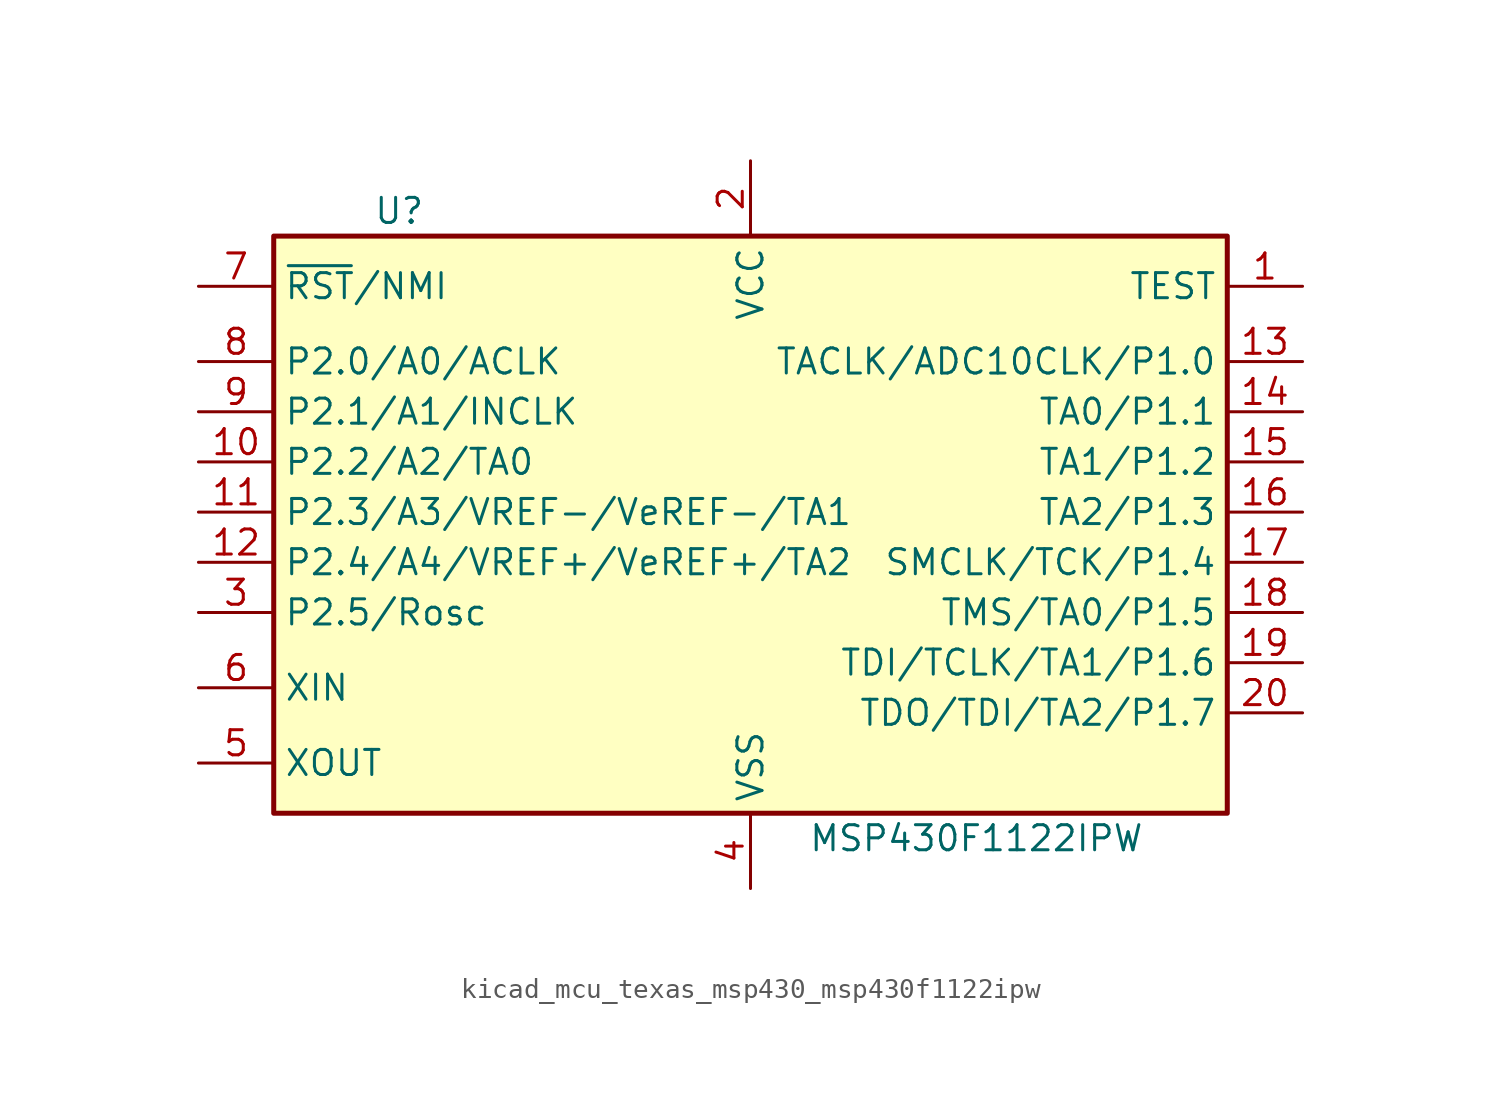
<source format=kicad_sym>
(kicad_symbol_lib
  (version 20220914)
  (generator kicad_symbol_editor)
  (symbol "kicad_mcu_texas_msp430_msp430f1122ipw"
    (property "Reference" "U"
      (at -17.78 15.24 0)
      (effects (font (size 1.27 1.27))))
    (property "Value" "MSP430F1122IPW"
      (at 11.43 -16.51 0)
      (effects (font (size 1.27 1.27))))
    (symbol "kicad_mcu_texas_msp430_msp430f1122ipw_0_1"
      (rectangle (start -24.13 13.97) (end 24.13 -15.24) (stroke (width 0.254) (type default)) (fill (type background))))
    (symbol "kicad_mcu_texas_msp430_msp430f1122ipw_1_1"
      (pin input line (at 27.94 11.43 180) (length 3.81) (name "TEST" (effects (font (size 1.27 1.27)))) (number "1" (effects (font (size 1.27 1.27)))))
      (pin bidirectional line (at -27.94 2.54 0) (length 3.81) (name "P2.2/A2/TA0" (effects (font (size 1.27 1.27)))) (number "10" (effects (font (size 1.27 1.27)))))
      (pin bidirectional line (at -27.94 0 0) (length 3.81) (name "P2.3/A3/VREF-/VeREF-/TA1" (effects (font (size 1.27 1.27)))) (number "11" (effects (font (size 1.27 1.27)))))
      (pin bidirectional line (at -27.94 -2.54 0) (length 3.81) (name "P2.4/A4/VREF+/VeREF+/TA2" (effects (font (size 1.27 1.27)))) (number "12" (effects (font (size 1.27 1.27)))))
      (pin bidirectional line (at 27.94 7.62 180) (length 3.81) (name "TACLK/ADC10CLK/P1.0" (effects (font (size 1.27 1.27)))) (number "13" (effects (font (size 1.27 1.27)))))
      (pin bidirectional line (at 27.94 5.08 180) (length 3.81) (name "TA0/P1.1" (effects (font (size 1.27 1.27)))) (number "14" (effects (font (size 1.27 1.27)))))
      (pin bidirectional line (at 27.94 2.54 180) (length 3.81) (name "TA1/P1.2" (effects (font (size 1.27 1.27)))) (number "15" (effects (font (size 1.27 1.27)))))
      (pin bidirectional line (at 27.94 0 180) (length 3.81) (name "TA2/P1.3" (effects (font (size 1.27 1.27)))) (number "16" (effects (font (size 1.27 1.27)))))
      (pin bidirectional line (at 27.94 -2.54 180) (length 3.81) (name "SMCLK/TCK/P1.4" (effects (font (size 1.27 1.27)))) (number "17" (effects (font (size 1.27 1.27)))))
      (pin bidirectional line (at 27.94 -5.08 180) (length 3.81) (name "TMS/TA0/P1.5" (effects (font (size 1.27 1.27)))) (number "18" (effects (font (size 1.27 1.27)))))
      (pin bidirectional line (at 27.94 -7.62 180) (length 3.81) (name "TDI/TCLK/TA1/P1.6" (effects (font (size 1.27 1.27)))) (number "19" (effects (font (size 1.27 1.27)))))
      (pin power_in line (at 0 17.78 270) (length 3.81) (name "VCC" (effects (font (size 1.27 1.27)))) (number "2" (effects (font (size 1.27 1.27)))))
      (pin bidirectional line (at 27.94 -10.16 180) (length 3.81) (name "TDO/TDI/TA2/P1.7" (effects (font (size 1.27 1.27)))) (number "20" (effects (font (size 1.27 1.27)))))
      (pin bidirectional line (at -27.94 -5.08 0) (length 3.81) (name "P2.5/Rosc" (effects (font (size 1.27 1.27)))) (number "3" (effects (font (size 1.27 1.27)))))
      (pin power_in line (at 0 -19.05 90) (length 3.81) (name "VSS" (effects (font (size 1.27 1.27)))) (number "4" (effects (font (size 1.27 1.27)))))
      (pin output line (at -27.94 -12.7 0) (length 3.81) (name "XOUT" (effects (font (size 1.27 1.27)))) (number "5" (effects (font (size 1.27 1.27)))))
      (pin input line (at -27.94 -8.89 0) (length 3.81) (name "XIN" (effects (font (size 1.27 1.27)))) (number "6" (effects (font (size 1.27 1.27)))))
      (pin input line (at -27.94 11.43 0) (length 3.81) (name "~{RST}/NMI" (effects (font (size 1.27 1.27)))) (number "7" (effects (font (size 1.27 1.27)))))
      (pin bidirectional line (at -27.94 7.62 0) (length 3.81) (name "P2.0/A0/ACLK" (effects (font (size 1.27 1.27)))) (number "8" (effects (font (size 1.27 1.27)))))
      (pin bidirectional line (at -27.94 5.08 0) (length 3.81) (name "P2.1/A1/INCLK" (effects (font (size 1.27 1.27)))) (number "9" (effects (font (size 1.27 1.27))))))))
</source>
